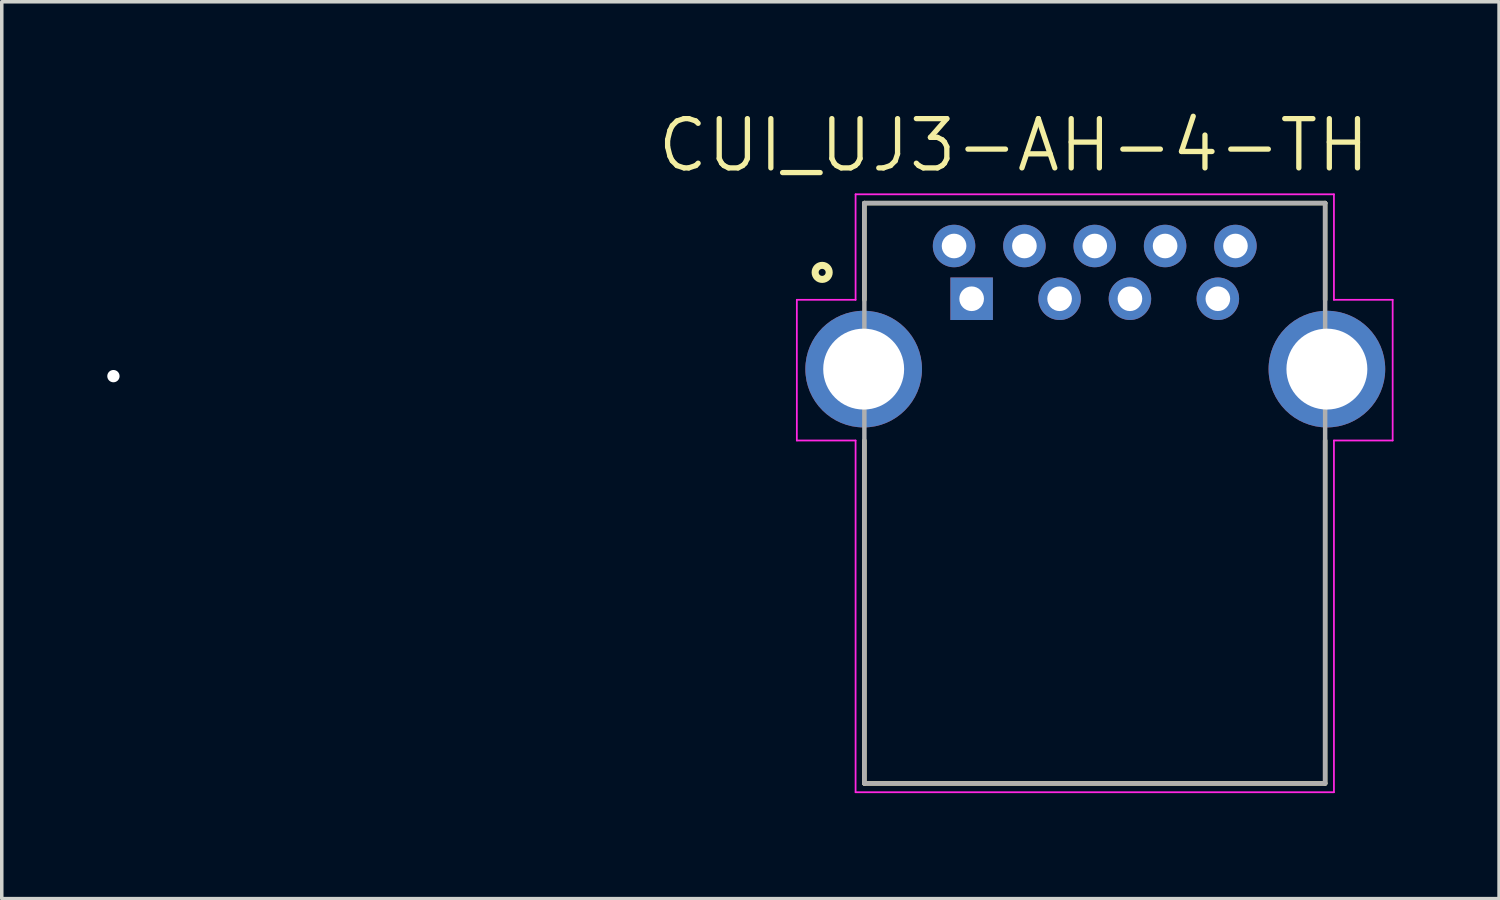
<source format=kicad_pcb>
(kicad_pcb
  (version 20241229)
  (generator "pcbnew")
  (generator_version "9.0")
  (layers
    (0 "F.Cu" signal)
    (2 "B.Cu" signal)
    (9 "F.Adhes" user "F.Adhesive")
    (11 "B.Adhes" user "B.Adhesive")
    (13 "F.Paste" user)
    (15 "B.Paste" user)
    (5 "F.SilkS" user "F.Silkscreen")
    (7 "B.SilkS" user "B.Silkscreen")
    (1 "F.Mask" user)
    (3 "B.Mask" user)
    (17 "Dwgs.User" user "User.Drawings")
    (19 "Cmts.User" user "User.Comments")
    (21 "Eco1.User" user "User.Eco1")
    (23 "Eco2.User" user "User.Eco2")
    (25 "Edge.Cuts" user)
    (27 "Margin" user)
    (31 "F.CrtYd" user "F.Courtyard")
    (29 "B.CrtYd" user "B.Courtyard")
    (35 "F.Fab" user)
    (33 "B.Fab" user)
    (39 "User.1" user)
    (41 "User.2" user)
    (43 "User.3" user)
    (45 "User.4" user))
  (footprint "CUI_UJ3-AH-4-TH"
    (layer "F.Cu")
    (at 24.575 5.444)
    (property "Reference" "CUI_UJ3-AH-4-TH" (at 1.196 -4.361 0) (layer "F.SilkS") (effects (font (size 1.401 1.401) (thickness 0.15))))
    (attr through_hole)
    (fp_line (start -3.05 -2.72) (end -3.05 0.03) (stroke (width 0.127) (type solid)) (layer "F.SilkS"))
    (fp_line (start -3.05 -2.72) (end 10.05 -2.72) (stroke (width 0.127) (type solid)) (layer "F.SilkS"))
    (fp_line (start -3.05 13.78) (end -3.05 4.03) (stroke (width 0.127) (type solid)) (layer "F.SilkS"))
    (fp_line (start 10.05 -2.72) (end 10.05 0.03) (stroke (width 0.127) (type solid)) (layer "F.SilkS"))
    (fp_line (start 10.05 4.03) (end 10.05 13.78) (stroke (width 0.127) (type solid)) (layer "F.SilkS"))
    (fp_line (start 10.05 13.78) (end -3.05 13.78) (stroke (width 0.127) (type solid)) (layer "F.SilkS"))
    (fp_circle (center -4.25 -0.75) (end -4.05 -0.75) (stroke (width 0.2) (type solid)) (fill no) (layer "F.SilkS"))
    (fp_line (start -4.97 0.03) (end -3.3 0.03) (stroke (width 0.05) (type solid)) (layer "F.CrtYd"))
    (fp_line (start -4.97 4.03) (end -4.97 0.03) (stroke (width 0.05) (type solid)) (layer "F.CrtYd"))
    (fp_line (start -3.3 -2.97) (end 10.3 -2.97) (stroke (width 0.05) (type solid)) (layer "F.CrtYd"))
    (fp_line (start -3.3 0.03) (end -3.3 -2.97) (stroke (width 0.05) (type solid)) (layer "F.CrtYd"))
    (fp_line (start -3.3 4.03) (end -4.97 4.03) (stroke (width 0.05) (type solid)) (layer "F.CrtYd"))
    (fp_line (start -3.3 14.03) (end -3.3 4.03) (stroke (width 0.05) (type solid)) (layer "F.CrtYd"))
    (fp_line (start 10.3 -2.97) (end 10.3 0.03) (stroke (width 0.05) (type solid)) (layer "F.CrtYd"))
    (fp_line (start 10.3 0.03) (end 11.97 0.03) (stroke (width 0.05) (type solid)) (layer "F.CrtYd"))
    (fp_line (start 10.3 4.03) (end 10.3 14.03) (stroke (width 0.05) (type solid)) (layer "F.CrtYd"))
    (fp_line (start 10.3 14.03) (end -3.3 14.03) (stroke (width 0.05) (type solid)) (layer "F.CrtYd"))
    (fp_line (start 11.97 0.03) (end 11.97 4.03) (stroke (width 0.05) (type solid)) (layer "F.CrtYd"))
    (fp_line (start 11.97 4.03) (end 10.3 4.03) (stroke (width 0.05) (type solid)) (layer "F.CrtYd"))
    (fp_line (start -3.05 -2.72) (end 10.05 -2.72) (stroke (width 0.127) (type solid)) (layer "F.Fab"))
    (fp_line (start -3.05 13.78) (end -3.05 -2.72) (stroke (width 0.127) (type solid)) (layer "F.Fab"))
    (fp_line (start 10.05 -2.72) (end 10.05 13.78) (stroke (width 0.127) (type solid)) (layer "F.Fab"))
    (fp_line (start 10.05 13.78) (end -3.05 13.78) (stroke (width 0.127) (type solid)) (layer "F.Fab"))
    (fp_circle (center 0 0) (end 0.1 0) (stroke (width 0.2) (type solid)) (fill no) (layer "F.Fab"))
    (pad "" np_thru_hole circle (at -24.4 2.2) (size 0.35 0.35) (drill 0.35) (layers "*.Cu" "*.Mask"))
    (pad "1" thru_hole rect (at 0 0) (size 1.208 1.208) (drill 0.7) (layers "*.Cu" "*.Mask"))
    (pad "2" thru_hole circle (at 2.5 0) (size 1.208 1.208) (drill 0.7) (layers "*.Cu" "*.Mask"))
    (pad "3" thru_hole circle (at 4.5 0) (size 1.208 1.208) (drill 0.7) (layers "*.Cu" "*.Mask"))
    (pad "4" thru_hole circle (at 7 0) (size 1.208 1.208) (drill 0.7) (layers "*.Cu" "*.Mask"))
    (pad "5" thru_hole circle (at 7.5 -1.5) (size 1.208 1.208) (drill 0.7) (layers "*.Cu" "*.Mask"))
    (pad "6" thru_hole circle (at 5.5 -1.5) (size 1.208 1.208) (drill 0.7) (layers "*.Cu" "*.Mask"))
    (pad "7" thru_hole circle (at 3.5 -1.5) (size 1.208 1.208) (drill 0.7) (layers "*.Cu" "*.Mask"))
    (pad "8" thru_hole circle (at 1.5 -1.5) (size 1.208 1.208) (drill 0.7) (layers "*.Cu" "*.Mask"))
    (pad "9" thru_hole circle (at -0.5 -1.5) (size 1.208 1.208) (drill 0.7) (layers "*.Cu" "*.Mask"))
    (pad "SH1" thru_hole circle (at -3.07 2) (size 3.316 3.316) (drill 2.3) (layers "*.Cu" "*.Mask"))
    (pad "SH2" thru_hole circle (at 10.1 2) (size 3.316 3.316) (drill 2.3) (layers "*.Cu" "*.Mask")))
  (gr_rect
    (start -3 -3)
    (end 39.57 22.499)
    (stroke (width 0.1) (type default))
    (fill no)
    (layer "Edge.Cuts")))
</source>
